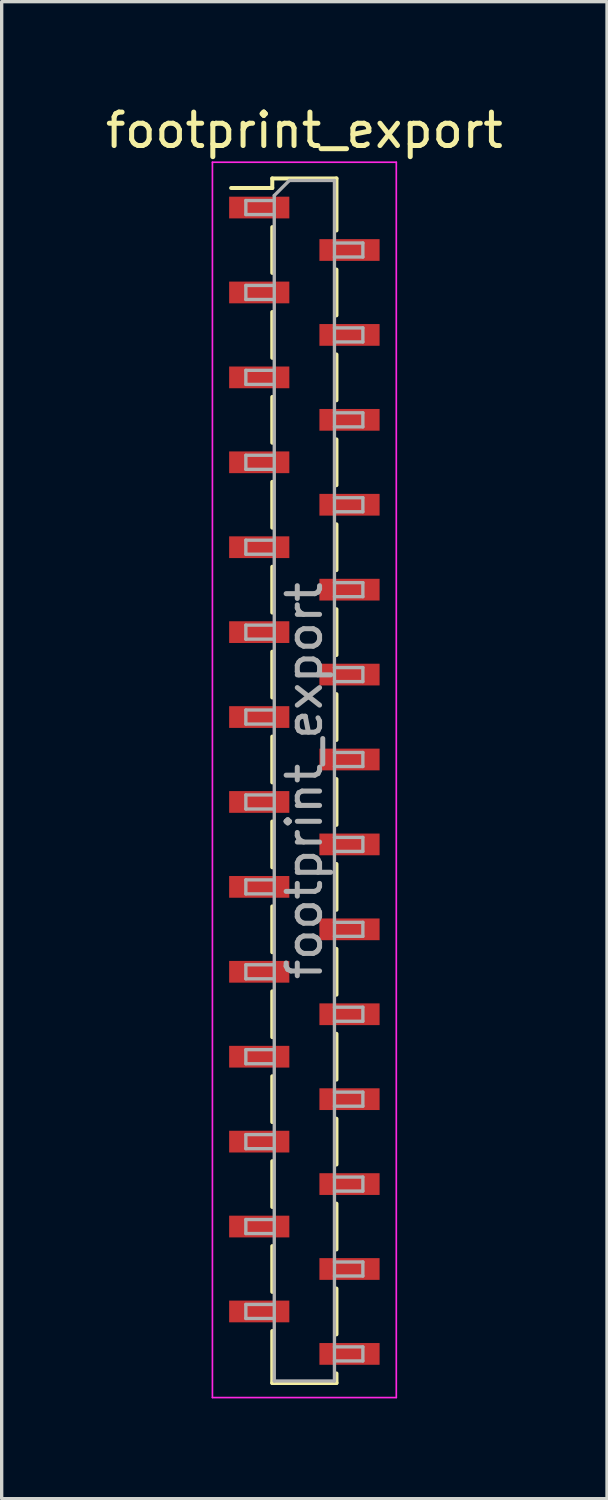
<source format=kicad_pcb>
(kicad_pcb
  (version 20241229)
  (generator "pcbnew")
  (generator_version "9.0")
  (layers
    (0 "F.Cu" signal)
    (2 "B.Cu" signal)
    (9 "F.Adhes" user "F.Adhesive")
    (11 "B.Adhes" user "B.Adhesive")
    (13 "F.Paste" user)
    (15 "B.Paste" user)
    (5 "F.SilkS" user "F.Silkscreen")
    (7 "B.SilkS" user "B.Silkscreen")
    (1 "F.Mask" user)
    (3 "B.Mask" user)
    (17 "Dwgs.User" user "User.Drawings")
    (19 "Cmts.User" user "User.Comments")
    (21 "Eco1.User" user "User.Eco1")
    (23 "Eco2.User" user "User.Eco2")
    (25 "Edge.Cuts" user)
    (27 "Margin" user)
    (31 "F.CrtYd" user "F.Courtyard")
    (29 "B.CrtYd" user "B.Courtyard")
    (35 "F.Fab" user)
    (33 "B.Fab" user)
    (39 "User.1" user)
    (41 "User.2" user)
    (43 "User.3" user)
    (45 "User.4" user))
  (footprint "footprint_export"
    (layer "F.Cu")
    (at 6.054 20.303)
    (property "Reference" "footprint_export" (at 0 -19.455 0) (layer "F.SilkS") (effects (font (size 1 1) (thickness 0.15))))
    (attr smd)
    (fp_line (start -2.19 -17.73) (end -0.96 -17.73) (stroke (width 0.12) (type solid)) (layer "F.SilkS"))
    (fp_line (start -0.96 -18.015) (end -0.96 -17.73) (stroke (width 0.12) (type solid)) (layer "F.SilkS"))
    (fp_line (start -0.96 -18.015) (end 0.96 -18.015) (stroke (width 0.12) (type solid)) (layer "F.SilkS"))
    (fp_line (start -0.96 -16.56) (end -0.96 -15.19) (stroke (width 0.12) (type solid)) (layer "F.SilkS"))
    (fp_line (start -0.96 -14.02) (end -0.96 -12.65) (stroke (width 0.12) (type solid)) (layer "F.SilkS"))
    (fp_line (start -0.96 -11.48) (end -0.96 -10.11) (stroke (width 0.12) (type solid)) (layer "F.SilkS"))
    (fp_line (start -0.96 -8.94) (end -0.96 -7.57) (stroke (width 0.12) (type solid)) (layer "F.SilkS"))
    (fp_line (start -0.96 -6.4) (end -0.96 -5.03) (stroke (width 0.12) (type solid)) (layer "F.SilkS"))
    (fp_line (start -0.96 -3.86) (end -0.96 -2.49) (stroke (width 0.12) (type solid)) (layer "F.SilkS"))
    (fp_line (start -0.96 -1.32) (end -0.96 0.05) (stroke (width 0.12) (type solid)) (layer "F.SilkS"))
    (fp_line (start -0.96 1.22) (end -0.96 2.59) (stroke (width 0.12) (type solid)) (layer "F.SilkS"))
    (fp_line (start -0.96 3.76) (end -0.96 5.13) (stroke (width 0.12) (type solid)) (layer "F.SilkS"))
    (fp_line (start -0.96 6.3) (end -0.96 7.67) (stroke (width 0.12) (type solid)) (layer "F.SilkS"))
    (fp_line (start -0.96 8.84) (end -0.96 10.21) (stroke (width 0.12) (type solid)) (layer "F.SilkS"))
    (fp_line (start -0.96 11.38) (end -0.96 12.75) (stroke (width 0.12) (type solid)) (layer "F.SilkS"))
    (fp_line (start -0.96 13.92) (end -0.96 15.29) (stroke (width 0.12) (type solid)) (layer "F.SilkS"))
    (fp_line (start -0.96 16.46) (end -0.96 18.015) (stroke (width 0.12) (type solid)) (layer "F.SilkS"))
    (fp_line (start -0.96 18.015) (end 0.96 18.015) (stroke (width 0.12) (type solid)) (layer "F.SilkS"))
    (fp_line (start 0.96 -18.015) (end 0.96 -16.46) (stroke (width 0.12) (type solid)) (layer "F.SilkS"))
    (fp_line (start 0.96 -15.29) (end 0.96 -13.92) (stroke (width 0.12) (type solid)) (layer "F.SilkS"))
    (fp_line (start 0.96 -12.75) (end 0.96 -11.38) (stroke (width 0.12) (type solid)) (layer "F.SilkS"))
    (fp_line (start 0.96 -10.21) (end 0.96 -8.84) (stroke (width 0.12) (type solid)) (layer "F.SilkS"))
    (fp_line (start 0.96 -7.67) (end 0.96 -6.3) (stroke (width 0.12) (type solid)) (layer "F.SilkS"))
    (fp_line (start 0.96 -5.13) (end 0.96 -3.76) (stroke (width 0.12) (type solid)) (layer "F.SilkS"))
    (fp_line (start 0.96 -2.59) (end 0.96 -1.22) (stroke (width 0.12) (type solid)) (layer "F.SilkS"))
    (fp_line (start 0.96 -0.05) (end 0.96 1.32) (stroke (width 0.12) (type solid)) (layer "F.SilkS"))
    (fp_line (start 0.96 2.49) (end 0.96 3.86) (stroke (width 0.12) (type solid)) (layer "F.SilkS"))
    (fp_line (start 0.96 5.03) (end 0.96 6.4) (stroke (width 0.12) (type solid)) (layer "F.SilkS"))
    (fp_line (start 0.96 7.57) (end 0.96 8.94) (stroke (width 0.12) (type solid)) (layer "F.SilkS"))
    (fp_line (start 0.96 10.11) (end 0.96 11.48) (stroke (width 0.12) (type solid)) (layer "F.SilkS"))
    (fp_line (start 0.96 12.65) (end 0.96 14.02) (stroke (width 0.12) (type solid)) (layer "F.SilkS"))
    (fp_line (start 0.96 15.19) (end 0.96 16.56) (stroke (width 0.12) (type solid)) (layer "F.SilkS"))
    (fp_line (start 0.96 17.73) (end 0.96 18.015) (stroke (width 0.12) (type solid)) (layer "F.SilkS"))
    (fp_line (start -2.75 -18.5) (end 2.75 -18.5) (stroke (width 0.05) (type solid)) (layer "F.CrtYd"))
    (fp_line (start -2.75 18.45) (end -2.75 -18.5) (stroke (width 0.05) (type solid)) (layer "F.CrtYd"))
    (fp_line (start 2.75 -18.5) (end 2.75 18.45) (stroke (width 0.05) (type solid)) (layer "F.CrtYd"))
    (fp_line (start 2.75 18.45) (end -2.75 18.45) (stroke (width 0.05) (type solid)) (layer "F.CrtYd"))
    (fp_line (start -1.75 -17.355) (end -0.9 -17.355) (stroke (width 0.1) (type solid)) (layer "F.Fab"))
    (fp_line (start -1.75 -16.935) (end -1.75 -17.355) (stroke (width 0.1) (type solid)) (layer "F.Fab"))
    (fp_line (start -1.75 -14.815) (end -0.9 -14.815) (stroke (width 0.1) (type solid)) (layer "F.Fab"))
    (fp_line (start -1.75 -14.395) (end -1.75 -14.815) (stroke (width 0.1) (type solid)) (layer "F.Fab"))
    (fp_line (start -1.75 -12.275) (end -0.9 -12.275) (stroke (width 0.1) (type solid)) (layer "F.Fab"))
    (fp_line (start -1.75 -11.855) (end -1.75 -12.275) (stroke (width 0.1) (type solid)) (layer "F.Fab"))
    (fp_line (start -1.75 -9.735) (end -0.9 -9.735) (stroke (width 0.1) (type solid)) (layer "F.Fab"))
    (fp_line (start -1.75 -9.315) (end -1.75 -9.735) (stroke (width 0.1) (type solid)) (layer "F.Fab"))
    (fp_line (start -1.75 -7.195) (end -0.9 -7.195) (stroke (width 0.1) (type solid)) (layer "F.Fab"))
    (fp_line (start -1.75 -6.775) (end -1.75 -7.195) (stroke (width 0.1) (type solid)) (layer "F.Fab"))
    (fp_line (start -1.75 -4.655) (end -0.9 -4.655) (stroke (width 0.1) (type solid)) (layer "F.Fab"))
    (fp_line (start -1.75 -4.235) (end -1.75 -4.655) (stroke (width 0.1) (type solid)) (layer "F.Fab"))
    (fp_line (start -1.75 -2.115) (end -0.9 -2.115) (stroke (width 0.1) (type solid)) (layer "F.Fab"))
    (fp_line (start -1.75 -1.695) (end -1.75 -2.115) (stroke (width 0.1) (type solid)) (layer "F.Fab"))
    (fp_line (start -1.75 0.425) (end -0.9 0.425) (stroke (width 0.1) (type solid)) (layer "F.Fab"))
    (fp_line (start -1.75 0.845) (end -1.75 0.425) (stroke (width 0.1) (type solid)) (layer "F.Fab"))
    (fp_line (start -1.75 2.965) (end -0.9 2.965) (stroke (width 0.1) (type solid)) (layer "F.Fab"))
    (fp_line (start -1.75 3.385) (end -1.75 2.965) (stroke (width 0.1) (type solid)) (layer "F.Fab"))
    (fp_line (start -1.75 5.505) (end -0.9 5.505) (stroke (width 0.1) (type solid)) (layer "F.Fab"))
    (fp_line (start -1.75 5.925) (end -1.75 5.505) (stroke (width 0.1) (type solid)) (layer "F.Fab"))
    (fp_line (start -1.75 8.045) (end -0.9 8.045) (stroke (width 0.1) (type solid)) (layer "F.Fab"))
    (fp_line (start -1.75 8.465) (end -1.75 8.045) (stroke (width 0.1) (type solid)) (layer "F.Fab"))
    (fp_line (start -1.75 10.585) (end -0.9 10.585) (stroke (width 0.1) (type solid)) (layer "F.Fab"))
    (fp_line (start -1.75 11.005) (end -1.75 10.585) (stroke (width 0.1) (type solid)) (layer "F.Fab"))
    (fp_line (start -1.75 13.125) (end -0.9 13.125) (stroke (width 0.1) (type solid)) (layer "F.Fab"))
    (fp_line (start -1.75 13.545) (end -1.75 13.125) (stroke (width 0.1) (type solid)) (layer "F.Fab"))
    (fp_line (start -1.75 15.665) (end -0.9 15.665) (stroke (width 0.1) (type solid)) (layer "F.Fab"))
    (fp_line (start -1.75 16.085) (end -1.75 15.665) (stroke (width 0.1) (type solid)) (layer "F.Fab"))
    (fp_line (start -0.9 -17.505) (end -0.45 -17.955) (stroke (width 0.1) (type solid)) (layer "F.Fab"))
    (fp_line (start -0.9 -16.935) (end -1.75 -16.935) (stroke (width 0.1) (type solid)) (layer "F.Fab"))
    (fp_line (start -0.9 -14.395) (end -1.75 -14.395) (stroke (width 0.1) (type solid)) (layer "F.Fab"))
    (fp_line (start -0.9 -11.855) (end -1.75 -11.855) (stroke (width 0.1) (type solid)) (layer "F.Fab"))
    (fp_line (start -0.9 -9.315) (end -1.75 -9.315) (stroke (width 0.1) (type solid)) (layer "F.Fab"))
    (fp_line (start -0.9 -6.775) (end -1.75 -6.775) (stroke (width 0.1) (type solid)) (layer "F.Fab"))
    (fp_line (start -0.9 -4.235) (end -1.75 -4.235) (stroke (width 0.1) (type solid)) (layer "F.Fab"))
    (fp_line (start -0.9 -1.695) (end -1.75 -1.695) (stroke (width 0.1) (type solid)) (layer "F.Fab"))
    (fp_line (start -0.9 0.845) (end -1.75 0.845) (stroke (width 0.1) (type solid)) (layer "F.Fab"))
    (fp_line (start -0.9 3.385) (end -1.75 3.385) (stroke (width 0.1) (type solid)) (layer "F.Fab"))
    (fp_line (start -0.9 5.925) (end -1.75 5.925) (stroke (width 0.1) (type solid)) (layer "F.Fab"))
    (fp_line (start -0.9 8.465) (end -1.75 8.465) (stroke (width 0.1) (type solid)) (layer "F.Fab"))
    (fp_line (start -0.9 11.005) (end -1.75 11.005) (stroke (width 0.1) (type solid)) (layer "F.Fab"))
    (fp_line (start -0.9 13.545) (end -1.75 13.545) (stroke (width 0.1) (type solid)) (layer "F.Fab"))
    (fp_line (start -0.9 16.085) (end -1.75 16.085) (stroke (width 0.1) (type solid)) (layer "F.Fab"))
    (fp_line (start -0.9 17.955) (end -0.9 -17.505) (stroke (width 0.1) (type solid)) (layer "F.Fab"))
    (fp_line (start -0.45 -17.955) (end 0.9 -17.955) (stroke (width 0.1) (type solid)) (layer "F.Fab"))
    (fp_line (start 0.9 -17.955) (end 0.9 17.955) (stroke (width 0.1) (type solid)) (layer "F.Fab"))
    (fp_line (start 0.9 -16.085) (end 1.75 -16.085) (stroke (width 0.1) (type solid)) (layer "F.Fab"))
    (fp_line (start 0.9 -13.545) (end 1.75 -13.545) (stroke (width 0.1) (type solid)) (layer "F.Fab"))
    (fp_line (start 0.9 -11.005) (end 1.75 -11.005) (stroke (width 0.1) (type solid)) (layer "F.Fab"))
    (fp_line (start 0.9 -8.465) (end 1.75 -8.465) (stroke (width 0.1) (type solid)) (layer "F.Fab"))
    (fp_line (start 0.9 -5.925) (end 1.75 -5.925) (stroke (width 0.1) (type solid)) (layer "F.Fab"))
    (fp_line (start 0.9 -3.385) (end 1.75 -3.385) (stroke (width 0.1) (type solid)) (layer "F.Fab"))
    (fp_line (start 0.9 -0.845) (end 1.75 -0.845) (stroke (width 0.1) (type solid)) (layer "F.Fab"))
    (fp_line (start 0.9 1.695) (end 1.75 1.695) (stroke (width 0.1) (type solid)) (layer "F.Fab"))
    (fp_line (start 0.9 4.235) (end 1.75 4.235) (stroke (width 0.1) (type solid)) (layer "F.Fab"))
    (fp_line (start 0.9 6.775) (end 1.75 6.775) (stroke (width 0.1) (type solid)) (layer "F.Fab"))
    (fp_line (start 0.9 9.315) (end 1.75 9.315) (stroke (width 0.1) (type solid)) (layer "F.Fab"))
    (fp_line (start 0.9 11.855) (end 1.75 11.855) (stroke (width 0.1) (type solid)) (layer "F.Fab"))
    (fp_line (start 0.9 14.395) (end 1.75 14.395) (stroke (width 0.1) (type solid)) (layer "F.Fab"))
    (fp_line (start 0.9 16.935) (end 1.75 16.935) (stroke (width 0.1) (type solid)) (layer "F.Fab"))
    (fp_line (start 0.9 17.955) (end -0.9 17.955) (stroke (width 0.1) (type solid)) (layer "F.Fab"))
    (fp_line (start 1.75 -16.085) (end 1.75 -15.665) (stroke (width 0.1) (type solid)) (layer "F.Fab"))
    (fp_line (start 1.75 -15.665) (end 0.9 -15.665) (stroke (width 0.1) (type solid)) (layer "F.Fab"))
    (fp_line (start 1.75 -13.545) (end 1.75 -13.125) (stroke (width 0.1) (type solid)) (layer "F.Fab"))
    (fp_line (start 1.75 -13.125) (end 0.9 -13.125) (stroke (width 0.1) (type solid)) (layer "F.Fab"))
    (fp_line (start 1.75 -11.005) (end 1.75 -10.585) (stroke (width 0.1) (type solid)) (layer "F.Fab"))
    (fp_line (start 1.75 -10.585) (end 0.9 -10.585) (stroke (width 0.1) (type solid)) (layer "F.Fab"))
    (fp_line (start 1.75 -8.465) (end 1.75 -8.045) (stroke (width 0.1) (type solid)) (layer "F.Fab"))
    (fp_line (start 1.75 -8.045) (end 0.9 -8.045) (stroke (width 0.1) (type solid)) (layer "F.Fab"))
    (fp_line (start 1.75 -5.925) (end 1.75 -5.505) (stroke (width 0.1) (type solid)) (layer "F.Fab"))
    (fp_line (start 1.75 -5.505) (end 0.9 -5.505) (stroke (width 0.1) (type solid)) (layer "F.Fab"))
    (fp_line (start 1.75 -3.385) (end 1.75 -2.965) (stroke (width 0.1) (type solid)) (layer "F.Fab"))
    (fp_line (start 1.75 -2.965) (end 0.9 -2.965) (stroke (width 0.1) (type solid)) (layer "F.Fab"))
    (fp_line (start 1.75 -0.845) (end 1.75 -0.425) (stroke (width 0.1) (type solid)) (layer "F.Fab"))
    (fp_line (start 1.75 -0.425) (end 0.9 -0.425) (stroke (width 0.1) (type solid)) (layer "F.Fab"))
    (fp_line (start 1.75 1.695) (end 1.75 2.115) (stroke (width 0.1) (type solid)) (layer "F.Fab"))
    (fp_line (start 1.75 2.115) (end 0.9 2.115) (stroke (width 0.1) (type solid)) (layer "F.Fab"))
    (fp_line (start 1.75 4.235) (end 1.75 4.655) (stroke (width 0.1) (type solid)) (layer "F.Fab"))
    (fp_line (start 1.75 4.655) (end 0.9 4.655) (stroke (width 0.1) (type solid)) (layer "F.Fab"))
    (fp_line (start 1.75 6.775) (end 1.75 7.195) (stroke (width 0.1) (type solid)) (layer "F.Fab"))
    (fp_line (start 1.75 7.195) (end 0.9 7.195) (stroke (width 0.1) (type solid)) (layer "F.Fab"))
    (fp_line (start 1.75 9.315) (end 1.75 9.735) (stroke (width 0.1) (type solid)) (layer "F.Fab"))
    (fp_line (start 1.75 9.735) (end 0.9 9.735) (stroke (width 0.1) (type solid)) (layer "F.Fab"))
    (fp_line (start 1.75 11.855) (end 1.75 12.275) (stroke (width 0.1) (type solid)) (layer "F.Fab"))
    (fp_line (start 1.75 12.275) (end 0.9 12.275) (stroke (width 0.1) (type solid)) (layer "F.Fab"))
    (fp_line (start 1.75 14.395) (end 1.75 14.815) (stroke (width 0.1) (type solid)) (layer "F.Fab"))
    (fp_line (start 1.75 14.815) (end 0.9 14.815) (stroke (width 0.1) (type solid)) (layer "F.Fab"))
    (fp_line (start 1.75 16.935) (end 1.75 17.355) (stroke (width 0.1) (type solid)) (layer "F.Fab"))
    (fp_line (start 1.75 17.355) (end 0.9 17.355) (stroke (width 0.1) (type solid)) (layer "F.Fab"))
    (fp_text user "${REFERENCE}" (at 0 0 90) (layer "F.Fab") (effects (font (size 1 1) (thickness 0.15))))
    (pad "1" smd rect (at -1.35 -17.145) (size 1.8 0.65) (layers "F.Cu" "F.Mask" "F.Paste"))
    (pad "2" smd rect (at 1.35 -15.875) (size 1.8 0.65) (layers "F.Cu" "F.Mask" "F.Paste"))
    (pad "3" smd rect (at -1.35 -14.605) (size 1.8 0.65) (layers "F.Cu" "F.Mask" "F.Paste"))
    (pad "4" smd rect (at 1.35 -13.335) (size 1.8 0.65) (layers "F.Cu" "F.Mask" "F.Paste"))
    (pad "5" smd rect (at -1.35 -12.065) (size 1.8 0.65) (layers "F.Cu" "F.Mask" "F.Paste"))
    (pad "6" smd rect (at 1.35 -10.795) (size 1.8 0.65) (layers "F.Cu" "F.Mask" "F.Paste"))
    (pad "7" smd rect (at -1.35 -9.525) (size 1.8 0.65) (layers "F.Cu" "F.Mask" "F.Paste"))
    (pad "8" smd rect (at 1.35 -8.255) (size 1.8 0.65) (layers "F.Cu" "F.Mask" "F.Paste"))
    (pad "9" smd rect (at -1.35 -6.985) (size 1.8 0.65) (layers "F.Cu" "F.Mask" "F.Paste"))
    (pad "10" smd rect (at 1.35 -5.715) (size 1.8 0.65) (layers "F.Cu" "F.Mask" "F.Paste"))
    (pad "11" smd rect (at -1.35 -4.445) (size 1.8 0.65) (layers "F.Cu" "F.Mask" "F.Paste"))
    (pad "12" smd rect (at 1.35 -3.175) (size 1.8 0.65) (layers "F.Cu" "F.Mask" "F.Paste"))
    (pad "13" smd rect (at -1.35 -1.905) (size 1.8 0.65) (layers "F.Cu" "F.Mask" "F.Paste"))
    (pad "14" smd rect (at 1.35 -0.635) (size 1.8 0.65) (layers "F.Cu" "F.Mask" "F.Paste"))
    (pad "15" smd rect (at -1.35 0.635) (size 1.8 0.65) (layers "F.Cu" "F.Mask" "F.Paste"))
    (pad "16" smd rect (at 1.35 1.905) (size 1.8 0.65) (layers "F.Cu" "F.Mask" "F.Paste"))
    (pad "17" smd rect (at -1.35 3.175) (size 1.8 0.65) (layers "F.Cu" "F.Mask" "F.Paste"))
    (pad "18" smd rect (at 1.35 4.445) (size 1.8 0.65) (layers "F.Cu" "F.Mask" "F.Paste"))
    (pad "19" smd rect (at -1.35 5.715) (size 1.8 0.65) (layers "F.Cu" "F.Mask" "F.Paste"))
    (pad "20" smd rect (at 1.35 6.985) (size 1.8 0.65) (layers "F.Cu" "F.Mask" "F.Paste"))
    (pad "21" smd rect (at -1.35 8.255) (size 1.8 0.65) (layers "F.Cu" "F.Mask" "F.Paste"))
    (pad "22" smd rect (at 1.35 9.525) (size 1.8 0.65) (layers "F.Cu" "F.Mask" "F.Paste"))
    (pad "23" smd rect (at -1.35 10.795) (size 1.8 0.65) (layers "F.Cu" "F.Mask" "F.Paste"))
    (pad "24" smd rect (at 1.35 12.065) (size 1.8 0.65) (layers "F.Cu" "F.Mask" "F.Paste"))
    (pad "25" smd rect (at -1.35 13.335) (size 1.8 0.65) (layers "F.Cu" "F.Mask" "F.Paste"))
    (pad "26" smd rect (at 1.35 14.605) (size 1.8 0.65) (layers "F.Cu" "F.Mask" "F.Paste"))
    (pad "27" smd rect (at -1.35 15.875) (size 1.8 0.65) (layers "F.Cu" "F.Mask" "F.Paste"))
    (pad "28" smd rect (at 1.35 17.145) (size 1.8 0.65) (layers "F.Cu" "F.Mask" "F.Paste")))
  (gr_rect
    (start -3 -3)
    (end 15.107 41.778)
    (stroke (width 0.1) (type default))
    (fill no)
    (layer "Edge.Cuts")))
</source>
